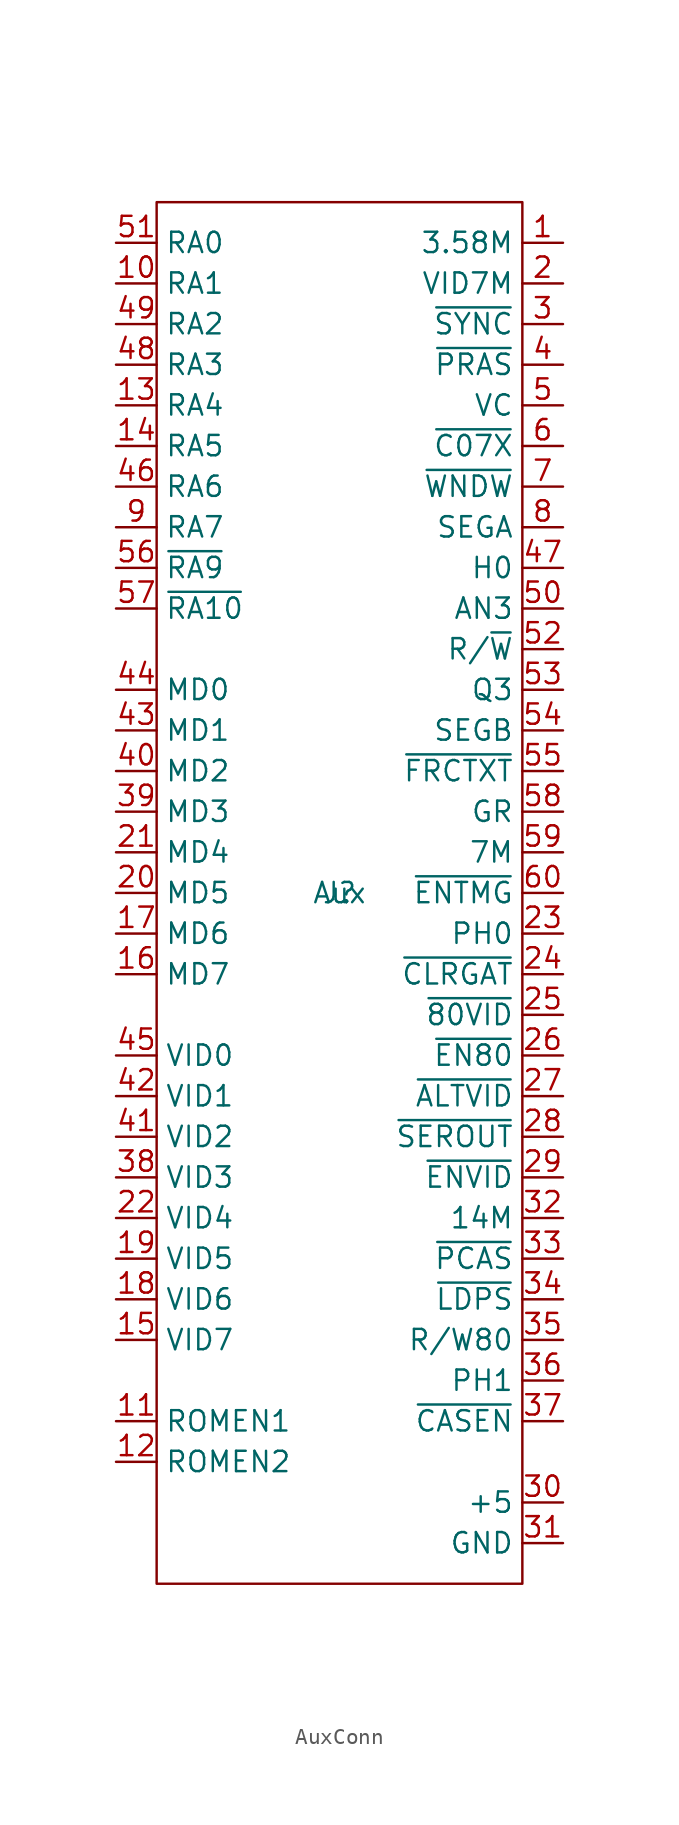
<source format=kicad_sym>
(kicad_symbol_lib
  (version 20241209)
  (generator "kicad_symbol_editor")
  (generator_version "9.0")
  (symbol "AuxConn"
    (property "Reference" "J"
      (at 0 0 0)
      (effects (font (size 1.27 1.27))))
    (property "Value" "Aux"
      (at 0 0 0)
      (effects (font (size 1.27 1.27))))
    (symbol "AuxConn_0_1"
      (rectangle (start -11.43 43.18) (end 11.43 -43.18) (stroke (width 0) (type default)) (fill (type none))))
    (symbol "AuxConn_1_1"
      (pin input line (at -13.97 40.64 0) (length 2.54) (name "RA0" (effects (font (size 1.27 1.27)))) (number "51" (effects (font (size 1.27 1.27)))))
      (pin input line (at -13.97 38.1 0) (length 2.54) (name "RA1" (effects (font (size 1.27 1.27)))) (number "10" (effects (font (size 1.27 1.27)))))
      (pin input line (at -13.97 35.56 0) (length 2.54) (name "RA2" (effects (font (size 1.27 1.27)))) (number "49" (effects (font (size 1.27 1.27)))))
      (pin input line (at -13.97 33.02 0) (length 2.54) (name "RA3" (effects (font (size 1.27 1.27)))) (number "48" (effects (font (size 1.27 1.27)))))
      (pin input line (at -13.97 30.48 0) (length 2.54) (name "RA4" (effects (font (size 1.27 1.27)))) (number "13" (effects (font (size 1.27 1.27)))))
      (pin input line (at -13.97 27.94 0) (length 2.54) (name "RA5" (effects (font (size 1.27 1.27)))) (number "14" (effects (font (size 1.27 1.27)))))
      (pin input line (at -13.97 25.4 0) (length 2.54) (name "RA6" (effects (font (size 1.27 1.27)))) (number "46" (effects (font (size 1.27 1.27)))))
      (pin input line (at -13.97 22.86 0) (length 2.54) (name "RA7" (effects (font (size 1.27 1.27)))) (number "9" (effects (font (size 1.27 1.27)))))
      (pin input line (at -13.97 20.32 0) (length 2.54) (name "~{RA9}" (effects (font (size 1.27 1.27)))) (number "56" (effects (font (size 1.27 1.27)))))
      (pin input line (at -13.97 17.78 0) (length 2.54) (name "~{RA10}" (effects (font (size 1.27 1.27)))) (number "57" (effects (font (size 1.27 1.27)))))
      (pin input line (at -13.97 12.7 0) (length 2.54) (name "MD0" (effects (font (size 1.27 1.27)))) (number "44" (effects (font (size 1.27 1.27)))))
      (pin input line (at -13.97 10.16 0) (length 2.54) (name "MD1" (effects (font (size 1.27 1.27)))) (number "43" (effects (font (size 1.27 1.27)))))
      (pin input line (at -13.97 7.62 0) (length 2.54) (name "MD2" (effects (font (size 1.27 1.27)))) (number "40" (effects (font (size 1.27 1.27)))))
      (pin input line (at -13.97 5.08 0) (length 2.54) (name "MD3" (effects (font (size 1.27 1.27)))) (number "39" (effects (font (size 1.27 1.27)))))
      (pin input line (at -13.97 2.54 0) (length 2.54) (name "MD4" (effects (font (size 1.27 1.27)))) (number "21" (effects (font (size 1.27 1.27)))))
      (pin input line (at -13.97 0 0) (length 2.54) (name "MD5" (effects (font (size 1.27 1.27)))) (number "20" (effects (font (size 1.27 1.27)))))
      (pin input line (at -13.97 -2.54 0) (length 2.54) (name "MD6" (effects (font (size 1.27 1.27)))) (number "17" (effects (font (size 1.27 1.27)))))
      (pin input line (at -13.97 -5.08 0) (length 2.54) (name "MD7" (effects (font (size 1.27 1.27)))) (number "16" (effects (font (size 1.27 1.27)))))
      (pin input line (at -13.97 -10.16 0) (length 2.54) (name "VID0" (effects (font (size 1.27 1.27)))) (number "45" (effects (font (size 1.27 1.27)))))
      (pin input line (at -13.97 -12.7 0) (length 2.54) (name "VID1" (effects (font (size 1.27 1.27)))) (number "42" (effects (font (size 1.27 1.27)))))
      (pin input line (at -13.97 -15.24 0) (length 2.54) (name "VID2" (effects (font (size 1.27 1.27)))) (number "41" (effects (font (size 1.27 1.27)))))
      (pin input line (at -13.97 -17.78 0) (length 2.54) (name "VID3" (effects (font (size 1.27 1.27)))) (number "38" (effects (font (size 1.27 1.27)))))
      (pin input line (at -13.97 -20.32 0) (length 2.54) (name "VID4" (effects (font (size 1.27 1.27)))) (number "22" (effects (font (size 1.27 1.27)))))
      (pin input line (at -13.97 -22.86 0) (length 2.54) (name "VID5" (effects (font (size 1.27 1.27)))) (number "19" (effects (font (size 1.27 1.27)))))
      (pin input line (at -13.97 -25.4 0) (length 2.54) (name "VID6" (effects (font (size 1.27 1.27)))) (number "18" (effects (font (size 1.27 1.27)))))
      (pin input line (at -13.97 -27.94 0) (length 2.54) (name "VID7" (effects (font (size 1.27 1.27)))) (number "15" (effects (font (size 1.27 1.27)))))
      (pin input line (at -13.97 -33.02 0) (length 2.54) (name "ROMEN1" (effects (font (size 1.27 1.27)))) (number "11" (effects (font (size 1.27 1.27)))))
      (pin input line (at -13.97 -35.56 0) (length 2.54) (name "ROMEN2" (effects (font (size 1.27 1.27)))) (number "12" (effects (font (size 1.27 1.27)))))
      (pin input line (at 13.97 40.64 180) (length 2.54) (name "3.58M" (effects (font (size 1.27 1.27)))) (number "1" (effects (font (size 1.27 1.27)))))
      (pin input line (at 13.97 38.1 180) (length 2.54) (name "VID7M" (effects (font (size 1.27 1.27)))) (number "2" (effects (font (size 1.27 1.27)))))
      (pin input line (at 13.97 35.56 180) (length 2.54) (name "~{SYNC}" (effects (font (size 1.27 1.27)))) (number "3" (effects (font (size 1.27 1.27)))))
      (pin input line (at 13.97 33.02 180) (length 2.54) (name "~{PRAS}" (effects (font (size 1.27 1.27)))) (number "4" (effects (font (size 1.27 1.27)))))
      (pin input line (at 13.97 30.48 180) (length 2.54) (name "VC" (effects (font (size 1.27 1.27)))) (number "5" (effects (font (size 1.27 1.27)))))
      (pin input line (at 13.97 27.94 180) (length 2.54) (name "~{C07X}" (effects (font (size 1.27 1.27)))) (number "6" (effects (font (size 1.27 1.27)))))
      (pin input line (at 13.97 25.4 180) (length 2.54) (name "~{WNDW}" (effects (font (size 1.27 1.27)))) (number "7" (effects (font (size 1.27 1.27)))))
      (pin input line (at 13.97 22.86 180) (length 2.54) (name "SEGA" (effects (font (size 1.27 1.27)))) (number "8" (effects (font (size 1.27 1.27)))))
      (pin input line (at 13.97 20.32 180) (length 2.54) (name "H0" (effects (font (size 1.27 1.27)))) (number "47" (effects (font (size 1.27 1.27)))))
      (pin input line (at 13.97 17.78 180) (length 2.54) (name "AN3" (effects (font (size 1.27 1.27)))) (number "50" (effects (font (size 1.27 1.27)))))
      (pin input line (at 13.97 15.24 180) (length 2.54) (name "R/~{W}" (effects (font (size 1.27 1.27)))) (number "52" (effects (font (size 1.27 1.27)))))
      (pin input line (at 13.97 12.7 180) (length 2.54) (name "Q3" (effects (font (size 1.27 1.27)))) (number "53" (effects (font (size 1.27 1.27)))))
      (pin input line (at 13.97 10.16 180) (length 2.54) (name "SEGB" (effects (font (size 1.27 1.27)))) (number "54" (effects (font (size 1.27 1.27)))))
      (pin input line (at 13.97 7.62 180) (length 2.54) (name "~{FRCTXT}" (effects (font (size 1.27 1.27)))) (number "55" (effects (font (size 1.27 1.27)))))
      (pin input line (at 13.97 5.08 180) (length 2.54) (name "GR" (effects (font (size 1.27 1.27)))) (number "58" (effects (font (size 1.27 1.27)))))
      (pin input line (at 13.97 2.54 180) (length 2.54) (name "7M" (effects (font (size 1.27 1.27)))) (number "59" (effects (font (size 1.27 1.27)))))
      (pin input line (at 13.97 0 180) (length 2.54) (name "~{ENTMG}" (effects (font (size 1.27 1.27)))) (number "60" (effects (font (size 1.27 1.27)))))
      (pin input line (at 13.97 -2.54 180) (length 2.54) (name "PH0" (effects (font (size 1.27 1.27)))) (number "23" (effects (font (size 1.27 1.27)))))
      (pin input line (at 13.97 -5.08 180) (length 2.54) (name "~{CLRGAT}" (effects (font (size 1.27 1.27)))) (number "24" (effects (font (size 1.27 1.27)))))
      (pin input line (at 13.97 -7.62 180) (length 2.54) (name "~{80VID}" (effects (font (size 1.27 1.27)))) (number "25" (effects (font (size 1.27 1.27)))))
      (pin input line (at 13.97 -10.16 180) (length 2.54) (name "~{EN80}" (effects (font (size 1.27 1.27)))) (number "26" (effects (font (size 1.27 1.27)))))
      (pin input line (at 13.97 -12.7 180) (length 2.54) (name "~{ALTVID}" (effects (font (size 1.27 1.27)))) (number "27" (effects (font (size 1.27 1.27)))))
      (pin input line (at 13.97 -15.24 180) (length 2.54) (name "~{SEROUT}" (effects (font (size 1.27 1.27)))) (number "28" (effects (font (size 1.27 1.27)))))
      (pin input line (at 13.97 -17.78 180) (length 2.54) (name "~{ENVID}" (effects (font (size 1.27 1.27)))) (number "29" (effects (font (size 1.27 1.27)))))
      (pin input line (at 13.97 -20.32 180) (length 2.54) (name "14M" (effects (font (size 1.27 1.27)))) (number "32" (effects (font (size 1.27 1.27)))))
      (pin input line (at 13.97 -22.86 180) (length 2.54) (name "~{PCAS}" (effects (font (size 1.27 1.27)))) (number "33" (effects (font (size 1.27 1.27)))))
      (pin input line (at 13.97 -25.4 180) (length 2.54) (name "~{LDPS}" (effects (font (size 1.27 1.27)))) (number "34" (effects (font (size 1.27 1.27)))))
      (pin input line (at 13.97 -27.94 180) (length 2.54) (name "R/W80" (effects (font (size 1.27 1.27)))) (number "35" (effects (font (size 1.27 1.27)))))
      (pin input line (at 13.97 -30.48 180) (length 2.54) (name "PH1" (effects (font (size 1.27 1.27)))) (number "36" (effects (font (size 1.27 1.27)))))
      (pin input line (at 13.97 -33.02 180) (length 2.54) (name "~{CASEN}" (effects (font (size 1.27 1.27)))) (number "37" (effects (font (size 1.27 1.27)))))
      (pin power_in line (at 13.97 -38.1 180) (length 2.54) (name "+5" (effects (font (size 1.27 1.27)))) (number "30" (effects (font (size 1.27 1.27)))))
      (pin power_in line (at 13.97 -40.64 180) (length 2.54) (name "GND" (effects (font (size 1.27 1.27)))) (number "31" (effects (font (size 1.27 1.27))))))))
</source>
